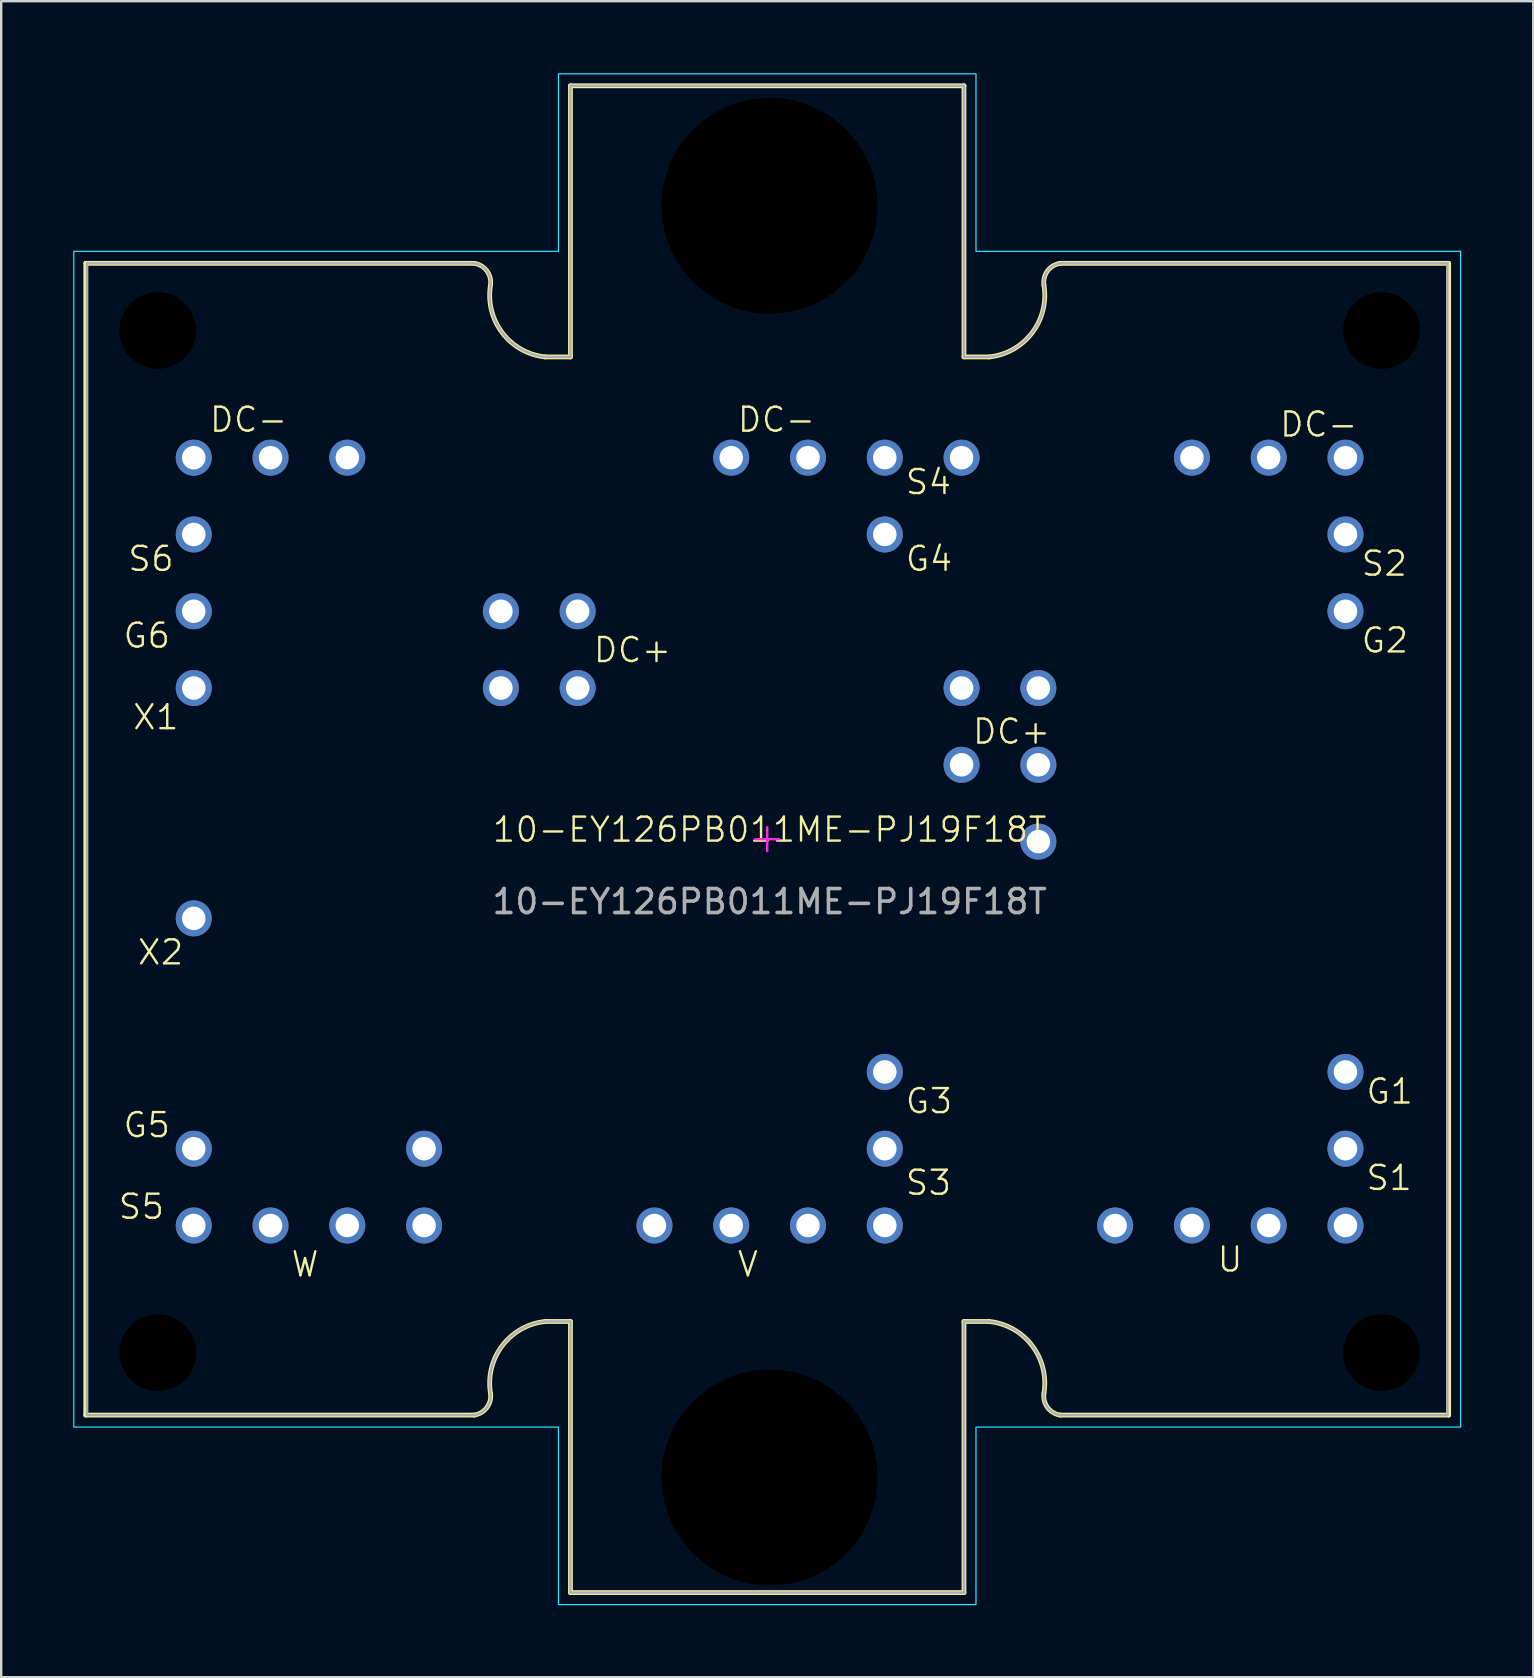
<source format=kicad_pcb>
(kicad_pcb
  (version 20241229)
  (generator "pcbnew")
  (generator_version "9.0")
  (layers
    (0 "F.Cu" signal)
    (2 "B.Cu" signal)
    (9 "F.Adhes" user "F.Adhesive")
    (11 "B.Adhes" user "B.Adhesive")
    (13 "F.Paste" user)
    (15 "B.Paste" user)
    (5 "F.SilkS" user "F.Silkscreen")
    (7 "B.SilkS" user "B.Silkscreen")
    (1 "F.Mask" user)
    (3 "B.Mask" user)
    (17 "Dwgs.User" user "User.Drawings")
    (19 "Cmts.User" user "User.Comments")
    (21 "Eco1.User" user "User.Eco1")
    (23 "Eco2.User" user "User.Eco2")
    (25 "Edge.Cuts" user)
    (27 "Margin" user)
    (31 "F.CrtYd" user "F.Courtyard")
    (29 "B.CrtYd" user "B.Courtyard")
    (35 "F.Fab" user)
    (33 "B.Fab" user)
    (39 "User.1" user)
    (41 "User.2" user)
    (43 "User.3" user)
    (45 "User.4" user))
  (footprint "10-EY126PB011ME-PJ19F18T"
    (layer "F.Cu")
    (at 29.025 32.025)
    (property "Reference" "10-EY126PB011ME-PJ19F18T" (at 0 -0.5 0) (unlocked yes) (layer "F.SilkS") (effects (font (size 1 1) (thickness 0.1))))
    (fp_line (start -28.5 -24.1) (end -12.317 -24.1) (stroke (width 0.2) (type solid)) (layer "F.SilkS"))
    (fp_line (start -28.5 23.9) (end -28.5 -24.1) (stroke (width 0.2) (type solid)) (layer "F.SilkS"))
    (fp_line (start -28.5 23.9) (end -12.316 23.9) (stroke (width 0.2) (type solid)) (layer "F.SilkS"))
    (fp_line (start -9.354 -20.2) (end -8.3 -20.2) (stroke (width 0.2) (type solid)) (layer "F.SilkS"))
    (fp_line (start -9.354 20) (end -8.3 20) (stroke (width 0.2) (type solid)) (layer "F.SilkS"))
    (fp_line (start -8.3 -31.5) (end 8.1 -31.5) (stroke (width 0.2) (type solid)) (layer "F.SilkS"))
    (fp_line (start -8.3 -20.2) (end -8.3 -31.5) (stroke (width 0.2) (type solid)) (layer "F.SilkS"))
    (fp_line (start -8.3 31.3) (end 8.1 31.3) (stroke (width 0.2) (type solid)) (layer "F.SilkS"))
    (fp_line (start -8.3 31.3) (end -8.3 20) (stroke (width 0.2) (type solid)) (layer "F.SilkS"))
    (fp_line (start 8.1 31.3) (end 8.1 20) (stroke (width 0.2) (type solid)) (layer "F.SilkS"))
    (fp_line (start 8.1 -20.2) (end 8.1 -31.5) (stroke (width 0.2) (type solid)) (layer "F.SilkS"))
    (fp_line (start 8.1 -20.2) (end 9.154 -20.2) (stroke (width 0.2) (type solid)) (layer "F.SilkS"))
    (fp_line (start 8.1 20) (end 9.154 20) (stroke (width 0.2) (type solid)) (layer "F.SilkS"))
    (fp_line (start 12.116 23.9) (end 28.3 23.9) (stroke (width 0.2) (type solid)) (layer "F.SilkS"))
    (fp_line (start 12.117 -24.1) (end 28.3 -24.1) (stroke (width 0.2) (type solid)) (layer "F.SilkS"))
    (fp_line (start 28.3 23.9) (end 28.3 -24.1) (stroke (width 0.2) (type solid)) (layer "F.SilkS"))
    (fp_arc (start -12.316141 -24.099958) (mid -11.787874 -23.791635) (end -11.632272 -23.200071) (stroke (width 0.2) (type solid)) (layer "F.SilkS"))
    (fp_arc (start -11.633777 22.986121) (mid -11.137681 21.001666) (end -9.3541 20.000163) (stroke (width 0.2) (type solid)) (layer "F.SilkS"))
    (fp_arc (start -11.632272 23.000391) (mid -11.787831 23.591981) (end -12.316141 23.900278) (stroke (width 0.2) (type solid)) (layer "F.SilkS"))
    (fp_arc (start -9.3541 -20.199853) (mid -11.137682 -21.201356) (end -11.633777 -23.185811) (stroke (width 0.2) (type solid)) (layer "F.SilkS"))
    (fp_arc (start 9.1541 20.000163) (mid 10.937669 21.001676) (end 11.433777 22.986121) (stroke (width 0.2) (type solid)) (layer "F.SilkS"))
    (fp_arc (start 11.432272 -23.200071) (mid 11.587822 -23.791674) (end 12.116141 -24.099958) (stroke (width 0.2) (type solid)) (layer "F.SilkS"))
    (fp_arc (start 11.433777 -23.185811) (mid 10.937681 -21.201356) (end 9.1541 -20.199853) (stroke (width 0.2) (type solid)) (layer "F.SilkS"))
    (fp_arc (start 12.116141 23.900278) (mid 11.587865 23.591955) (end 11.432272 23.000391) (stroke (width 0.2) (type solid)) (layer "F.SilkS"))
    (fp_poly (pts (xy -29 -24.6) (xy -8.8 -24.6) (xy -8.8 -32) (xy 8.6 -32) (xy 8.6 -24.6) (xy 28.8 -24.6) (xy 28.8 24.4) (xy 8.6 24.4) (xy 8.6 31.8) (xy -8.8 31.8) (xy -8.8 24.4) (xy -29 24.4)) (stroke (width 0.05) (type solid)) (fill no) (layer "B.CrtYd"))
    (fp_line (start -0.6 -0.1) (end 0.4 -0.1) (stroke (width 0.1) (type solid)) (layer "F.CrtYd"))
    (fp_line (start -0.1 0.4) (end -0.1 -0.6) (stroke (width 0.1) (type solid)) (layer "F.CrtYd"))
    (fp_line (start -28.45 -24.1) (end -12.317 -24.1) (stroke (width 0.1) (type solid)) (layer "F.Fab"))
    (fp_line (start -28.45 23.9) (end -28.45 -24.1) (stroke (width 0.1) (type solid)) (layer "F.Fab"))
    (fp_line (start -28.45 23.9) (end -12.316 23.9) (stroke (width 0.1) (type solid)) (layer "F.Fab"))
    (fp_line (start -9.354 -20.2) (end -8.3 -20.2) (stroke (width 0.1) (type solid)) (layer "F.Fab"))
    (fp_line (start -9.354 20) (end -8.3 20) (stroke (width 0.1) (type solid)) (layer "F.Fab"))
    (fp_line (start -8.3 -31.5) (end 8.1 -31.5) (stroke (width 0.1) (type solid)) (layer "F.Fab"))
    (fp_line (start -8.3 -20.2) (end -8.3 -31.5) (stroke (width 0.1) (type solid)) (layer "F.Fab"))
    (fp_line (start -8.3 31.3) (end 8.1 31.3) (stroke (width 0.1) (type solid)) (layer "F.Fab"))
    (fp_line (start -8.3 31.3) (end -8.3 20) (stroke (width 0.1) (type solid)) (layer "F.Fab"))
    (fp_line (start 8.1 20) (end 9.153 20) (stroke (width 0.1) (type solid)) (layer "F.Fab"))
    (fp_line (start 8.1 31.3) (end 8.1 20) (stroke (width 0.1) (type solid)) (layer "F.Fab"))
    (fp_line (start 8.1 -20.2) (end 8.1 -31.5) (stroke (width 0.1) (type solid)) (layer "F.Fab"))
    (fp_line (start 8.1 -20.2) (end 9.154 -20.2) (stroke (width 0.1) (type solid)) (layer "F.Fab"))
    (fp_line (start 12.116 23.9) (end 28.25 23.9) (stroke (width 0.1) (type solid)) (layer "F.Fab"))
    (fp_line (start 12.117 -24.1) (end 28.25 -24.1) (stroke (width 0.1) (type solid)) (layer "F.Fab"))
    (fp_line (start 28.25 23.9) (end 28.25 -24.1) (stroke (width 0.1) (type solid)) (layer "F.Fab"))
    (fp_arc (start -12.316141 -24.099958) (mid -11.787874 -23.791635) (end -11.632272 -23.200071) (stroke (width 0.1) (type solid)) (layer "F.Fab"))
    (fp_arc (start -11.633777 22.986121) (mid -11.137681 21.001666) (end -9.3541 20.000163) (stroke (width 0.1) (type solid)) (layer "F.Fab"))
    (fp_arc (start -11.632272 23.000391) (mid -11.787831 23.591981) (end -12.316141 23.900278) (stroke (width 0.1) (type solid)) (layer "F.Fab"))
    (fp_arc (start -9.3541 -20.199853) (mid -11.137682 -21.201356) (end -11.633777 -23.185811) (stroke (width 0.1) (type solid)) (layer "F.Fab"))
    (fp_arc (start 9.1541 20.000163) (mid 10.937669 21.001676) (end 11.433777 22.986121) (stroke (width 0.1) (type solid)) (layer "F.Fab"))
    (fp_arc (start 11.432272 -23.200071) (mid 11.587822 -23.791674) (end 12.116141 -24.099958) (stroke (width 0.1) (type solid)) (layer "F.Fab"))
    (fp_arc (start 11.433777 -23.185811) (mid 10.937681 -21.201356) (end 9.1541 -20.199853) (stroke (width 0.1) (type solid)) (layer "F.Fab"))
    (fp_arc (start 12.116141 23.900278) (mid 11.587865 23.591955) (end 11.432272 23.000391) (stroke (width 0.1) (type solid)) (layer "F.Fab"))
    (fp_text user "DC+" (at -7.4 -7.4 0) (unlocked yes) (layer "F.SilkS") (effects (font (size 1 1) (thickness 0.1)) (justify left bottom)))
    (fp_text user "U" (at 18.6 18 0) (unlocked yes) (layer "F.SilkS") (effects (font (size 1 1) (thickness 0.1)) (justify left bottom)))
    (fp_text user "DC-" (at -23.4 -17 0) (unlocked yes) (layer "F.SilkS") (effects (font (size 1 1) (thickness 0.1)) (justify left bottom)))
    (fp_text user "G5" (at -27 12.4 0) (unlocked yes) (layer "F.SilkS") (effects (font (size 1 1) (thickness 0.1)) (justify left bottom)))
    (fp_text user "S3" (at 5.6 14.8 0) (unlocked yes) (layer "F.SilkS") (effects (font (size 1 1) (thickness 0.1)) (justify left bottom)))
    (fp_text user "DC-" (at -1.4 -17 0) (unlocked yes) (layer "F.SilkS") (effects (font (size 1 1) (thickness 0.1)) (justify left bottom)))
    (fp_text user "X1" (at -26.6 -4.6 0) (unlocked yes) (layer "F.SilkS") (effects (font (size 1 1) (thickness 0.1)) (justify left bottom)))
    (fp_text user "G6" (at -27 -8 0) (unlocked yes) (layer "F.SilkS") (effects (font (size 1 1) (thickness 0.1)) (justify left bottom)))
    (fp_text user "DC-" (at 21.2 -16.8 0) (unlocked yes) (layer "F.SilkS") (effects (font (size 1 1) (thickness 0.1)) (justify left bottom)))
    (fp_text user "S1" (at 24.8 14.6 0) (unlocked yes) (layer "F.SilkS") (effects (font (size 1 1) (thickness 0.1)) (justify left bottom)))
    (fp_text user "S5" (at -27.2 15.8 0) (unlocked yes) (layer "F.SilkS") (effects (font (size 1 1) (thickness 0.1)) (justify left bottom)))
    (fp_text user "S6" (at -26.8 -11.2 0) (unlocked yes) (layer "F.SilkS") (effects (font (size 1 1) (thickness 0.1)) (justify left bottom)))
    (fp_text user "DC+" (at 8.4 -4 0) (unlocked yes) (layer "F.SilkS") (effects (font (size 1 1) (thickness 0.1)) (justify left bottom)))
    (fp_text user "X2" (at -26.4 5.2 0) (unlocked yes) (layer "F.SilkS") (effects (font (size 1 1) (thickness 0.1)) (justify left bottom)))
    (fp_text user "G3" (at 5.6 11.4 0) (unlocked yes) (layer "F.SilkS") (effects (font (size 1 1) (thickness 0.1)) (justify left bottom)))
    (fp_text user "G4" (at 5.6 -11.2 0) (unlocked yes) (layer "F.SilkS") (effects (font (size 1 1) (thickness 0.1)) (justify left bottom)))
    (fp_text user "S2" (at 24.6 -11 0) (unlocked yes) (layer "F.SilkS") (effects (font (size 1 1) (thickness 0.1)) (justify left bottom)))
    (fp_text user "S4" (at 5.6 -14.4 0) (unlocked yes) (layer "F.SilkS") (effects (font (size 1 1) (thickness 0.1)) (justify left bottom)))
    (fp_text user "V" (at -1.4 18.2 0) (unlocked yes) (layer "F.SilkS") (effects (font (size 1 1) (thickness 0.1)) (justify left bottom)))
    (fp_text user "G2" (at 24.6 -7.8 0) (unlocked yes) (layer "F.SilkS") (effects (font (size 1 1) (thickness 0.1)) (justify left bottom)))
    (fp_text user "G1" (at 24.8 11 0) (unlocked yes) (layer "F.SilkS") (effects (font (size 1 1) (thickness 0.1)) (justify left bottom)))
    (fp_text user "W" (at -20 18.2 0) (unlocked yes) (layer "F.SilkS") (effects (font (size 1 1) (thickness 0.1)) (justify left bottom)))
    (fp_text user "${REFERENCE}" (at 0 2.5 0) (unlocked yes) (layer "F.Fab") (effects (font (size 1 1) (thickness 0.15))))
    (pad "" np_thru_hole circle (at -25.5 -21.3) (size 3.2 3.2) (drill 3.2) (layers "*.Mask"))
    (pad "" np_thru_hole circle (at -25.5 21.3) (size 3.2 3.2) (drill 3.2) (layers "*.Mask"))
    (pad "" np_thru_hole circle (at 0 -26.5) (size 9 9) (drill 9) (layers "*.Mask"))
    (pad "" np_thru_hole circle (at 0 26.5) (size 9 9) (drill 9) (layers "*.Mask"))
    (pad "" np_thru_hole circle (at 25.5 -21.3) (size 3.2 3.2) (drill 3.2) (layers "*.Mask"))
    (pad "" np_thru_hole circle (at 25.5 21.3) (size 3.2 3.2) (drill 3.2) (layers "*.Mask"))
    (pad "DC+" thru_hole circle (at -11.2 -9.6) (size 1.5 1.5) (drill 0.98) (layers "*.Cu" "*.Mask"))
    (pad "DC+" thru_hole circle (at -11.2 -6.4) (size 1.5 1.5) (drill 0.98) (layers "*.Cu" "*.Mask"))
    (pad "DC+" thru_hole circle (at -8 -9.6) (size 1.5 1.5) (drill 0.98) (layers "*.Cu" "*.Mask"))
    (pad "DC+" thru_hole circle (at -8 -6.4) (size 1.5 1.5) (drill 0.98) (layers "*.Cu" "*.Mask"))
    (pad "DC+" thru_hole circle (at 8 -6.4) (size 1.5 1.5) (drill 0.98) (layers "*.Cu" "*.Mask"))
    (pad "DC+" thru_hole circle (at 8 -3.2) (size 1.5 1.5) (drill 0.98) (layers "*.Cu" "*.Mask"))
    (pad "DC+" thru_hole circle (at 11.2 -6.4) (size 1.5 1.5) (drill 0.98) (layers "*.Cu" "*.Mask"))
    (pad "DC+" thru_hole circle (at 11.2 -3.2) (size 1.5 1.5) (drill 0.98) (layers "*.Cu" "*.Mask"))
    (pad "DC+" thru_hole circle (at 11.2 0) (size 1.5 1.5) (drill 0.98) (layers "*.Cu" "*.Mask"))
    (pad "DC-" thru_hole circle (at -24 -16) (size 1.5 1.5) (drill 0.98) (layers "*.Cu" "*.Mask"))
    (pad "DC-" thru_hole circle (at -20.8 -16) (size 1.5 1.5) (drill 0.98) (layers "*.Cu" "*.Mask"))
    (pad "DC-" thru_hole circle (at -17.6 -16) (size 1.5 1.5) (drill 0.98) (layers "*.Cu" "*.Mask"))
    (pad "DC-" thru_hole circle (at -1.6 -16) (size 1.5 1.5) (drill 0.98) (layers "*.Cu" "*.Mask"))
    (pad "DC-" thru_hole circle (at 1.6 -16) (size 1.5 1.5) (drill 0.98) (layers "*.Cu" "*.Mask"))
    (pad "DC-" thru_hole circle (at 4.8 -16) (size 1.5 1.5) (drill 0.98) (layers "*.Cu" "*.Mask"))
    (pad "DC-" thru_hole circle (at 17.6 -16) (size 1.5 1.5) (drill 0.98) (layers "*.Cu" "*.Mask"))
    (pad "DC-" thru_hole circle (at 20.8 -16) (size 1.5 1.5) (drill 0.98) (layers "*.Cu" "*.Mask"))
    (pad "DC-" thru_hole circle (at 24 -16) (size 1.5 1.5) (drill 0.98) (layers "*.Cu" "*.Mask"))
    (pad "G1" thru_hole circle (at 24 9.6) (size 1.5 1.5) (drill 0.98) (layers "*.Cu" "*.Mask"))
    (pad "G2" thru_hole circle (at 24 -9.6) (size 1.5 1.5) (drill 0.98) (layers "*.Cu" "*.Mask"))
    (pad "G3" thru_hole circle (at 4.8 9.6) (size 1.5 1.5) (drill 0.98) (layers "*.Cu" "*.Mask"))
    (pad "G4" thru_hole circle (at 4.8 -12.8) (size 1.5 1.5) (drill 0.98) (layers "*.Cu" "*.Mask"))
    (pad "G5" thru_hole circle (at -24 12.8) (size 1.5 1.5) (drill 0.98) (layers "*.Cu" "*.Mask"))
    (pad "G6" thru_hole circle (at -24 -9.6) (size 1.5 1.5) (drill 0.98) (layers "*.Cu" "*.Mask"))
    (pad "S1" thru_hole circle (at 24 12.8) (size 1.5 1.5) (drill 0.98) (layers "*.Cu" "*.Mask"))
    (pad "S2" thru_hole circle (at 24 -12.8) (size 1.5 1.5) (drill 0.98) (layers "*.Cu" "*.Mask"))
    (pad "S3" thru_hole circle (at 4.8 12.8) (size 1.5 1.5) (drill 0.98) (layers "*.Cu" "*.Mask"))
    (pad "S4" thru_hole circle (at 8 -16) (size 1.5 1.5) (drill 0.98) (layers "*.Cu" "*.Mask"))
    (pad "S5" thru_hole circle (at -24 16) (size 1.5 1.5) (drill 0.98) (layers "*.Cu" "*.Mask"))
    (pad "S6" thru_hole circle (at -24 -12.8) (size 1.5 1.5) (drill 0.98) (layers "*.Cu" "*.Mask"))
    (pad "U" thru_hole circle (at 14.4 16) (size 1.5 1.5) (drill 0.98) (layers "*.Cu" "*.Mask"))
    (pad "U" thru_hole circle (at 17.6 16) (size 1.5 1.5) (drill 0.98) (layers "*.Cu" "*.Mask"))
    (pad "U" thru_hole circle (at 20.8 16) (size 1.5 1.5) (drill 0.98) (layers "*.Cu" "*.Mask"))
    (pad "U" thru_hole circle (at 24 16) (size 1.5 1.5) (drill 0.98) (layers "*.Cu" "*.Mask"))
    (pad "V" thru_hole circle (at -4.8 16) (size 1.5 1.5) (drill 0.98) (layers "*.Cu" "*.Mask"))
    (pad "V" thru_hole circle (at -1.6 16) (size 1.5 1.5) (drill 0.98) (layers "*.Cu" "*.Mask"))
    (pad "V" thru_hole circle (at 1.6 16) (size 1.5 1.5) (drill 0.98) (layers "*.Cu" "*.Mask"))
    (pad "V" thru_hole circle (at 4.8 16) (size 1.5 1.5) (drill 0.98) (layers "*.Cu" "*.Mask"))
    (pad "W" thru_hole circle (at -20.8 16) (size 1.5 1.5) (drill 0.98) (layers "*.Cu" "*.Mask"))
    (pad "W" thru_hole circle (at -17.6 16) (size 1.5 1.5) (drill 0.98) (layers "*.Cu" "*.Mask"))
    (pad "W" thru_hole circle (at -14.4 12.8) (size 1.5 1.5) (drill 0.98) (layers "*.Cu" "*.Mask"))
    (pad "W" thru_hole circle (at -14.4 16) (size 1.5 1.5) (drill 0.98) (layers "*.Cu" "*.Mask"))
    (pad "X1" thru_hole circle (at -24 -6.4) (size 1.5 1.5) (drill 0.98) (layers "*.Cu" "*.Mask"))
    (pad "X2" thru_hole circle (at -24 3.2) (size 1.5 1.5) (drill 0.98) (layers "*.Cu" "*.Mask")))
  (gr_rect
    (start -3 -3)
    (end 60.85 66.85)
    (stroke (width 0.1) (type default))
    (fill no)
    (layer "Edge.Cuts")))
</source>
